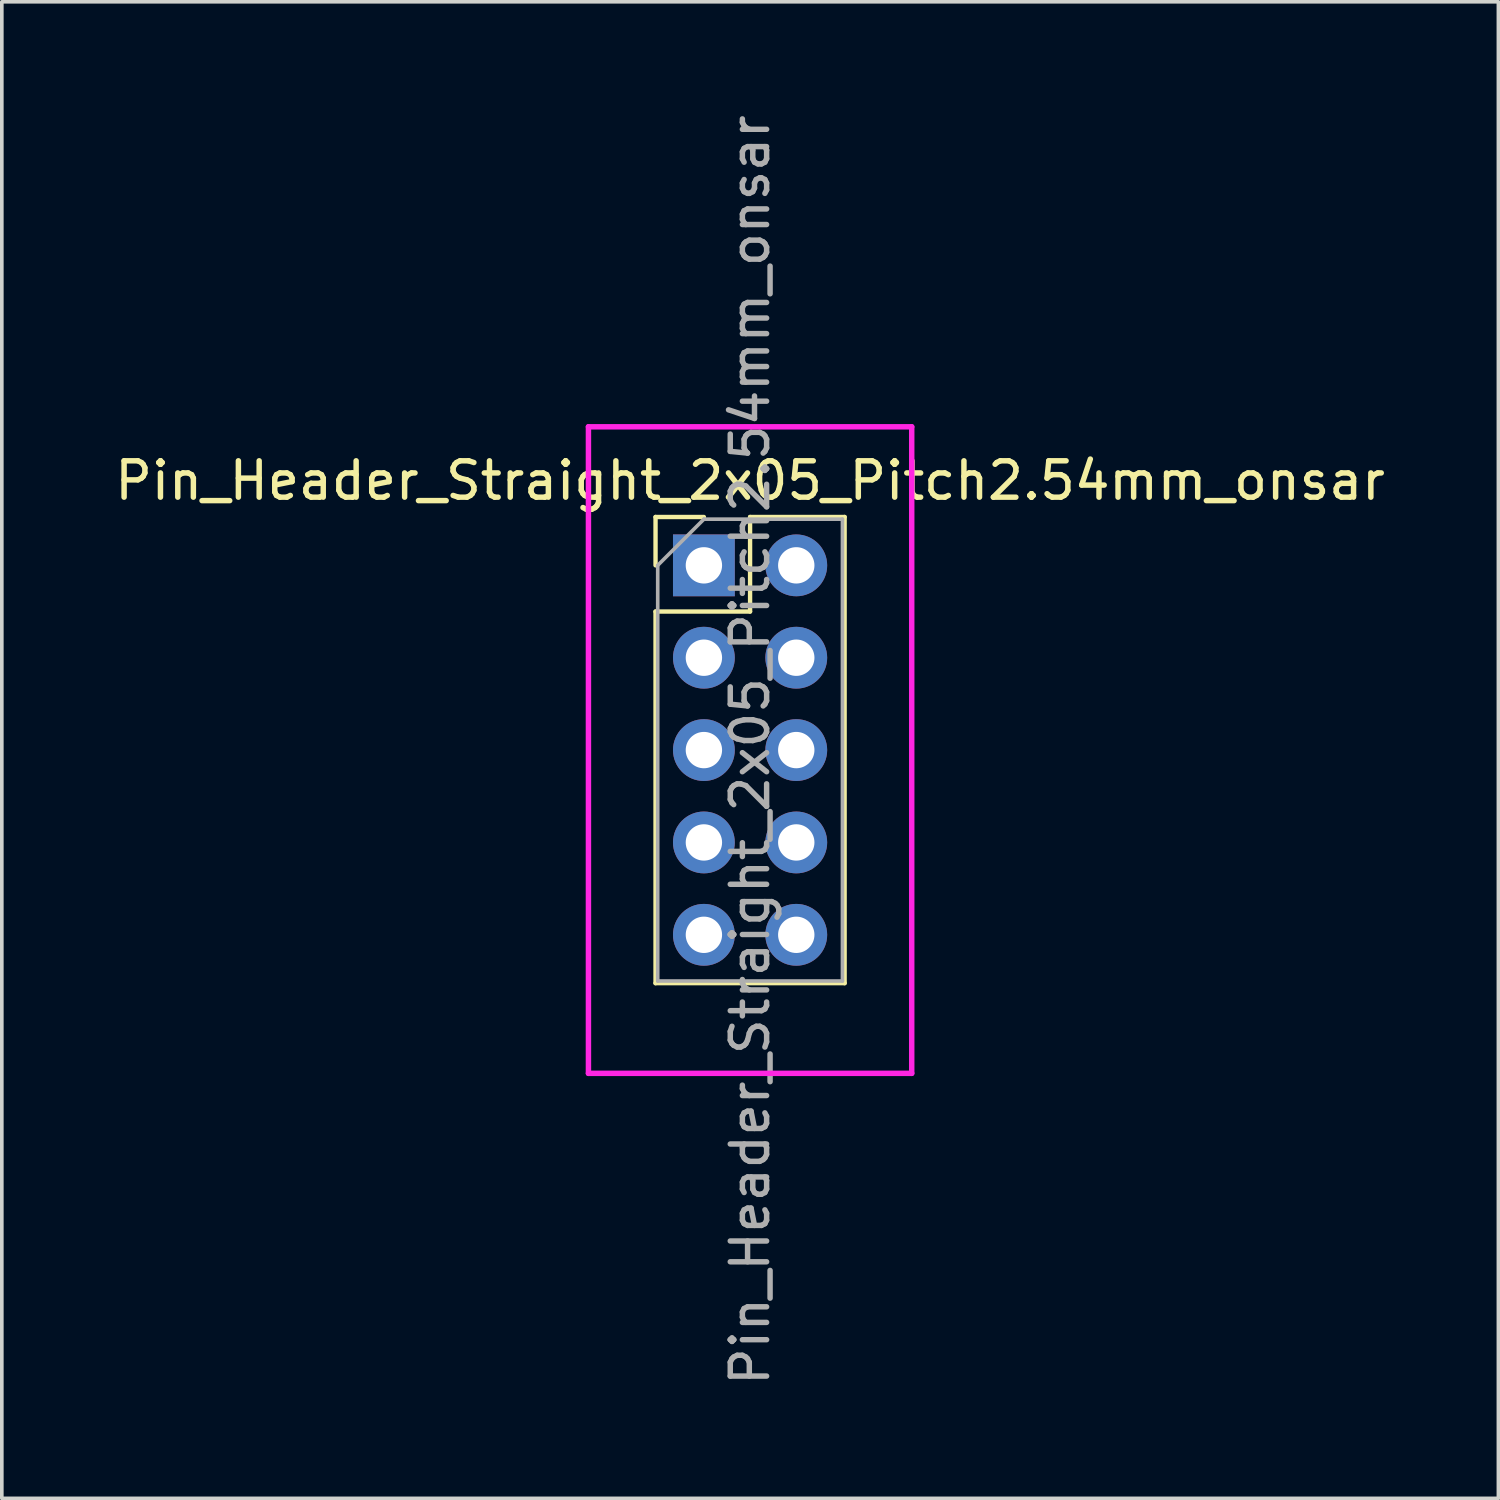
<source format=kicad_pcb>
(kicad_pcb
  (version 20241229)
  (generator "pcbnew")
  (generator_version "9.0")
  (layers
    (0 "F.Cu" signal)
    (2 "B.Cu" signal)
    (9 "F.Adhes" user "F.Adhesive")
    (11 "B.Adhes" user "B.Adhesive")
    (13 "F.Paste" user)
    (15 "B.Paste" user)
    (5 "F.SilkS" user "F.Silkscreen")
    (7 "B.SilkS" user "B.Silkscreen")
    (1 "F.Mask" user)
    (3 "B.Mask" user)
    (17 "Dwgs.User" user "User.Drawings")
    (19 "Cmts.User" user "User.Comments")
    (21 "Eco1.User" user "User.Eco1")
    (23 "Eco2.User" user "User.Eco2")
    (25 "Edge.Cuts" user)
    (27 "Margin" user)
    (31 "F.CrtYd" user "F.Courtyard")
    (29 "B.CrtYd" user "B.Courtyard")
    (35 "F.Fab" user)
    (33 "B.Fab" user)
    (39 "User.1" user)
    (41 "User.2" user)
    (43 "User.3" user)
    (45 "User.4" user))
  (footprint "Pin_Header_Straight_2x05_Pitch2.54mm_onsar"
    (layer "F.Cu")
    (at 16.307 12.497)
    (property "Reference" "Pin_Header_Straight_2x05_Pitch2.54mm_onsar" (at 1.27 -2.33 0) (layer "F.SilkS") (effects (font (size 1 1) (thickness 0.15))))
    (attr through_hole)
    (fp_line (start -1.33 -1.33) (end 0 -1.33) (stroke (width 0.12) (type solid)) (layer "F.SilkS"))
    (fp_line (start -1.33 0) (end -1.33 -1.33) (stroke (width 0.12) (type solid)) (layer "F.SilkS"))
    (fp_line (start -1.33 1.27) (end -1.33 11.49) (stroke (width 0.12) (type solid)) (layer "F.SilkS"))
    (fp_line (start -1.33 1.27) (end 1.27 1.27) (stroke (width 0.12) (type solid)) (layer "F.SilkS"))
    (fp_line (start -1.33 11.49) (end 3.87 11.49) (stroke (width 0.12) (type solid)) (layer "F.SilkS"))
    (fp_line (start 1.27 -1.33) (end 3.87 -1.33) (stroke (width 0.12) (type solid)) (layer "F.SilkS"))
    (fp_line (start 1.27 1.27) (end 1.27 -1.33) (stroke (width 0.12) (type solid)) (layer "F.SilkS"))
    (fp_line (start 3.87 -1.33) (end 3.87 11.49) (stroke (width 0.12) (type solid)) (layer "F.SilkS"))
    (fp_line (start -3.175 -3.81) (end -3.175 13.97) (stroke (width 0.15) (type solid)) (layer "F.CrtYd"))
    (fp_line (start -3.175 13.97) (end 5.715 13.97) (stroke (width 0.15) (type solid)) (layer "F.CrtYd"))
    (fp_line (start 5.715 -3.81) (end -3.175 -3.81) (stroke (width 0.15) (type solid)) (layer "F.CrtYd"))
    (fp_line (start 5.715 13.97) (end 5.715 -3.81) (stroke (width 0.15) (type solid)) (layer "F.CrtYd"))
    (fp_line (start -1.27 0) (end 0 -1.27) (stroke (width 0.1) (type solid)) (layer "F.Fab"))
    (fp_line (start -1.27 11.43) (end -1.27 0) (stroke (width 0.1) (type solid)) (layer "F.Fab"))
    (fp_line (start 0 -1.27) (end 3.81 -1.27) (stroke (width 0.1) (type solid)) (layer "F.Fab"))
    (fp_line (start 3.81 -1.27) (end 3.81 11.43) (stroke (width 0.1) (type solid)) (layer "F.Fab"))
    (fp_line (start 3.81 11.43) (end -1.27 11.43) (stroke (width 0.1) (type solid)) (layer "F.Fab"))
    (fp_text user "${REFERENCE}" (at 1.27 5.08 90) (layer "F.Fab") (effects (font (size 1 1) (thickness 0.15))))
    (pad "1" thru_hole rect (at 0 0) (size 1.7 1.7) (drill 1) (layers "*.Cu" "*.Mask"))
    (pad "2" thru_hole oval (at 2.54 0) (size 1.7 1.7) (drill 1) (layers "*.Cu" "*.Mask"))
    (pad "3" thru_hole oval (at 0 2.54) (size 1.7 1.7) (drill 1) (layers "*.Cu" "*.Mask"))
    (pad "4" thru_hole oval (at 2.54 2.54) (size 1.7 1.7) (drill 1) (layers "*.Cu" "*.Mask"))
    (pad "5" thru_hole oval (at 0 5.08) (size 1.7 1.7) (drill 1) (layers "*.Cu" "*.Mask"))
    (pad "6" thru_hole oval (at 2.54 5.08) (size 1.7 1.7) (drill 1) (layers "*.Cu" "*.Mask"))
    (pad "7" thru_hole oval (at 0 7.62) (size 1.7 1.7) (drill 1) (layers "*.Cu" "*.Mask"))
    (pad "8" thru_hole oval (at 2.54 7.62) (size 1.7 1.7) (drill 1) (layers "*.Cu" "*.Mask"))
    (pad "9" thru_hole oval (at 0 10.16) (size 1.7 1.7) (drill 1) (layers "*.Cu" "*.Mask"))
    (pad "10" thru_hole oval (at 2.54 10.16) (size 1.7 1.7) (drill 1) (layers "*.Cu" "*.Mask")))
  (gr_rect
    (start -3 -3)
    (end 38.155 38.155)
    (stroke (width 0.1) (type default))
    (fill no)
    (layer "Edge.Cuts")))
</source>
